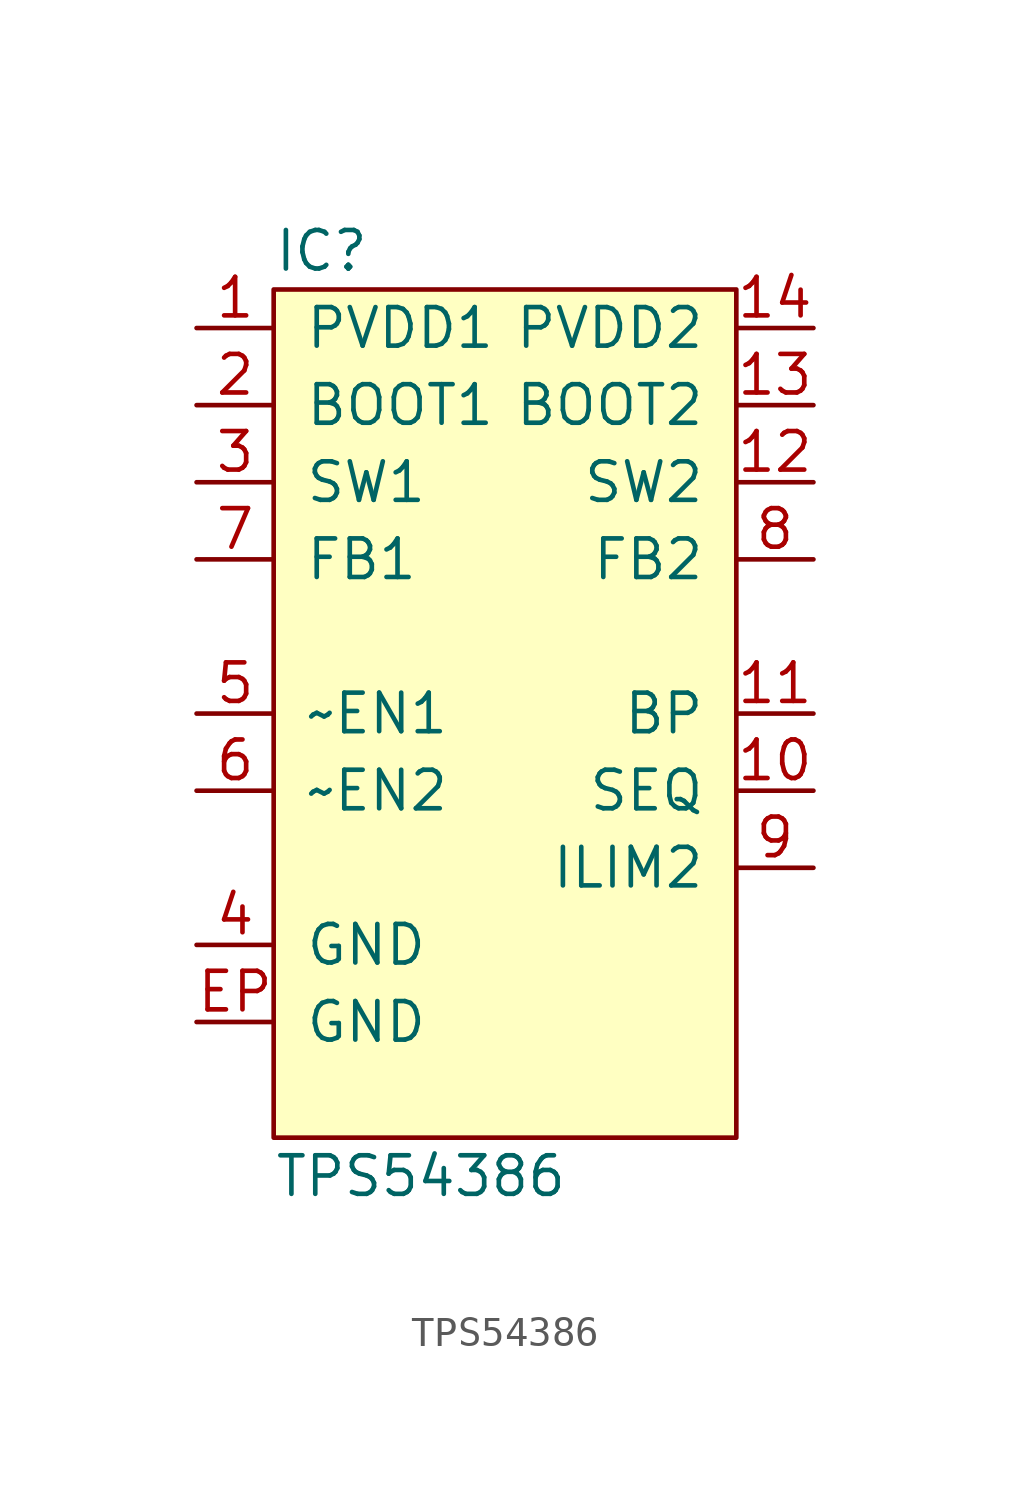
<source format=kicad_sym>
(kicad_symbol_lib
  (version 20211014)
  (generator agg_kicad.build_lib_ic)
  (symbol "TPS54386"
    (pin_names
      (offset 1.016))
    (property Reference IC
      (at -7.62 15.24 0)
      (effects (font (size 1.27 1.27)) (justify left)))
    (property Value "TPS54386"
      (at -7.62 -15.24 0)
      (effects (font (size 1.27 1.27)) (justify left)))
    (symbol "TPS54386_0_0"
      (rectangle (start -7.62 13.97) (end 7.62 -13.97) (stroke (width 0) (type default) (color 0 0 0 0)) (fill (type background)))
      (pin power_in line (at -10.16 12.7 0) (length 2.54) (name "PVDD1" (effects (font (size 1.27 1.27)))) (number "1" (effects (font (size 1.27 1.27)))))
      (pin passive line (at -10.16 10.16 0) (length 2.54) (name "BOOT1" (effects (font (size 1.27 1.27)))) (number "2" (effects (font (size 1.27 1.27)))))
      (pin passive line (at -10.16 7.62 0) (length 2.54) (name "SW1" (effects (font (size 1.27 1.27)))) (number "3" (effects (font (size 1.27 1.27)))))
      (pin input line (at -10.16 5.08 0) (length 2.54) (name "FB1" (effects (font (size 1.27 1.27)))) (number "7" (effects (font (size 1.27 1.27)))))
      (pin input line (at -10.16 0 0) (length 2.54) (name "~EN1" (effects (font (size 1.27 1.27)))) (number "5" (effects (font (size 1.27 1.27)))))
      (pin input line (at -10.16 -2.54 0) (length 2.54) (name "~EN2" (effects (font (size 1.27 1.27)))) (number "6" (effects (font (size 1.27 1.27)))))
      (pin power_in line (at -10.16 -7.62 0) (length 2.54) (name GND (effects (font (size 1.27 1.27)))) (number "4" (effects (font (size 1.27 1.27)))))
      (pin power_in line (at -10.16 -10.16 0) (length 2.54) (name GND (effects (font (size 1.27 1.27)))) (number EP (effects (font (size 1.27 1.27)))))
      (pin power_in line (at 10.16 12.7 180) (length 2.54) (name "PVDD2" (effects (font (size 1.27 1.27)))) (number "14" (effects (font (size 1.27 1.27)))))
      (pin passive line (at 10.16 10.16 180) (length 2.54) (name "BOOT2" (effects (font (size 1.27 1.27)))) (number "13" (effects (font (size 1.27 1.27)))))
      (pin passive line (at 10.16 7.62 180) (length 2.54) (name "SW2" (effects (font (size 1.27 1.27)))) (number "12" (effects (font (size 1.27 1.27)))))
      (pin input line (at 10.16 5.08 180) (length 2.54) (name "FB2" (effects (font (size 1.27 1.27)))) (number "8" (effects (font (size 1.27 1.27)))))
      (pin passive line (at 10.16 0 180) (length 2.54) (name BP (effects (font (size 1.27 1.27)))) (number "11" (effects (font (size 1.27 1.27)))))
      (pin input line (at 10.16 -2.54 180) (length 2.54) (name SEQ (effects (font (size 1.27 1.27)))) (number "10" (effects (font (size 1.27 1.27)))))
      (pin input line (at 10.16 -5.08 180) (length 2.54) (name "ILIM2" (effects (font (size 1.27 1.27)))) (number "9" (effects (font (size 1.27 1.27))))))))
</source>
